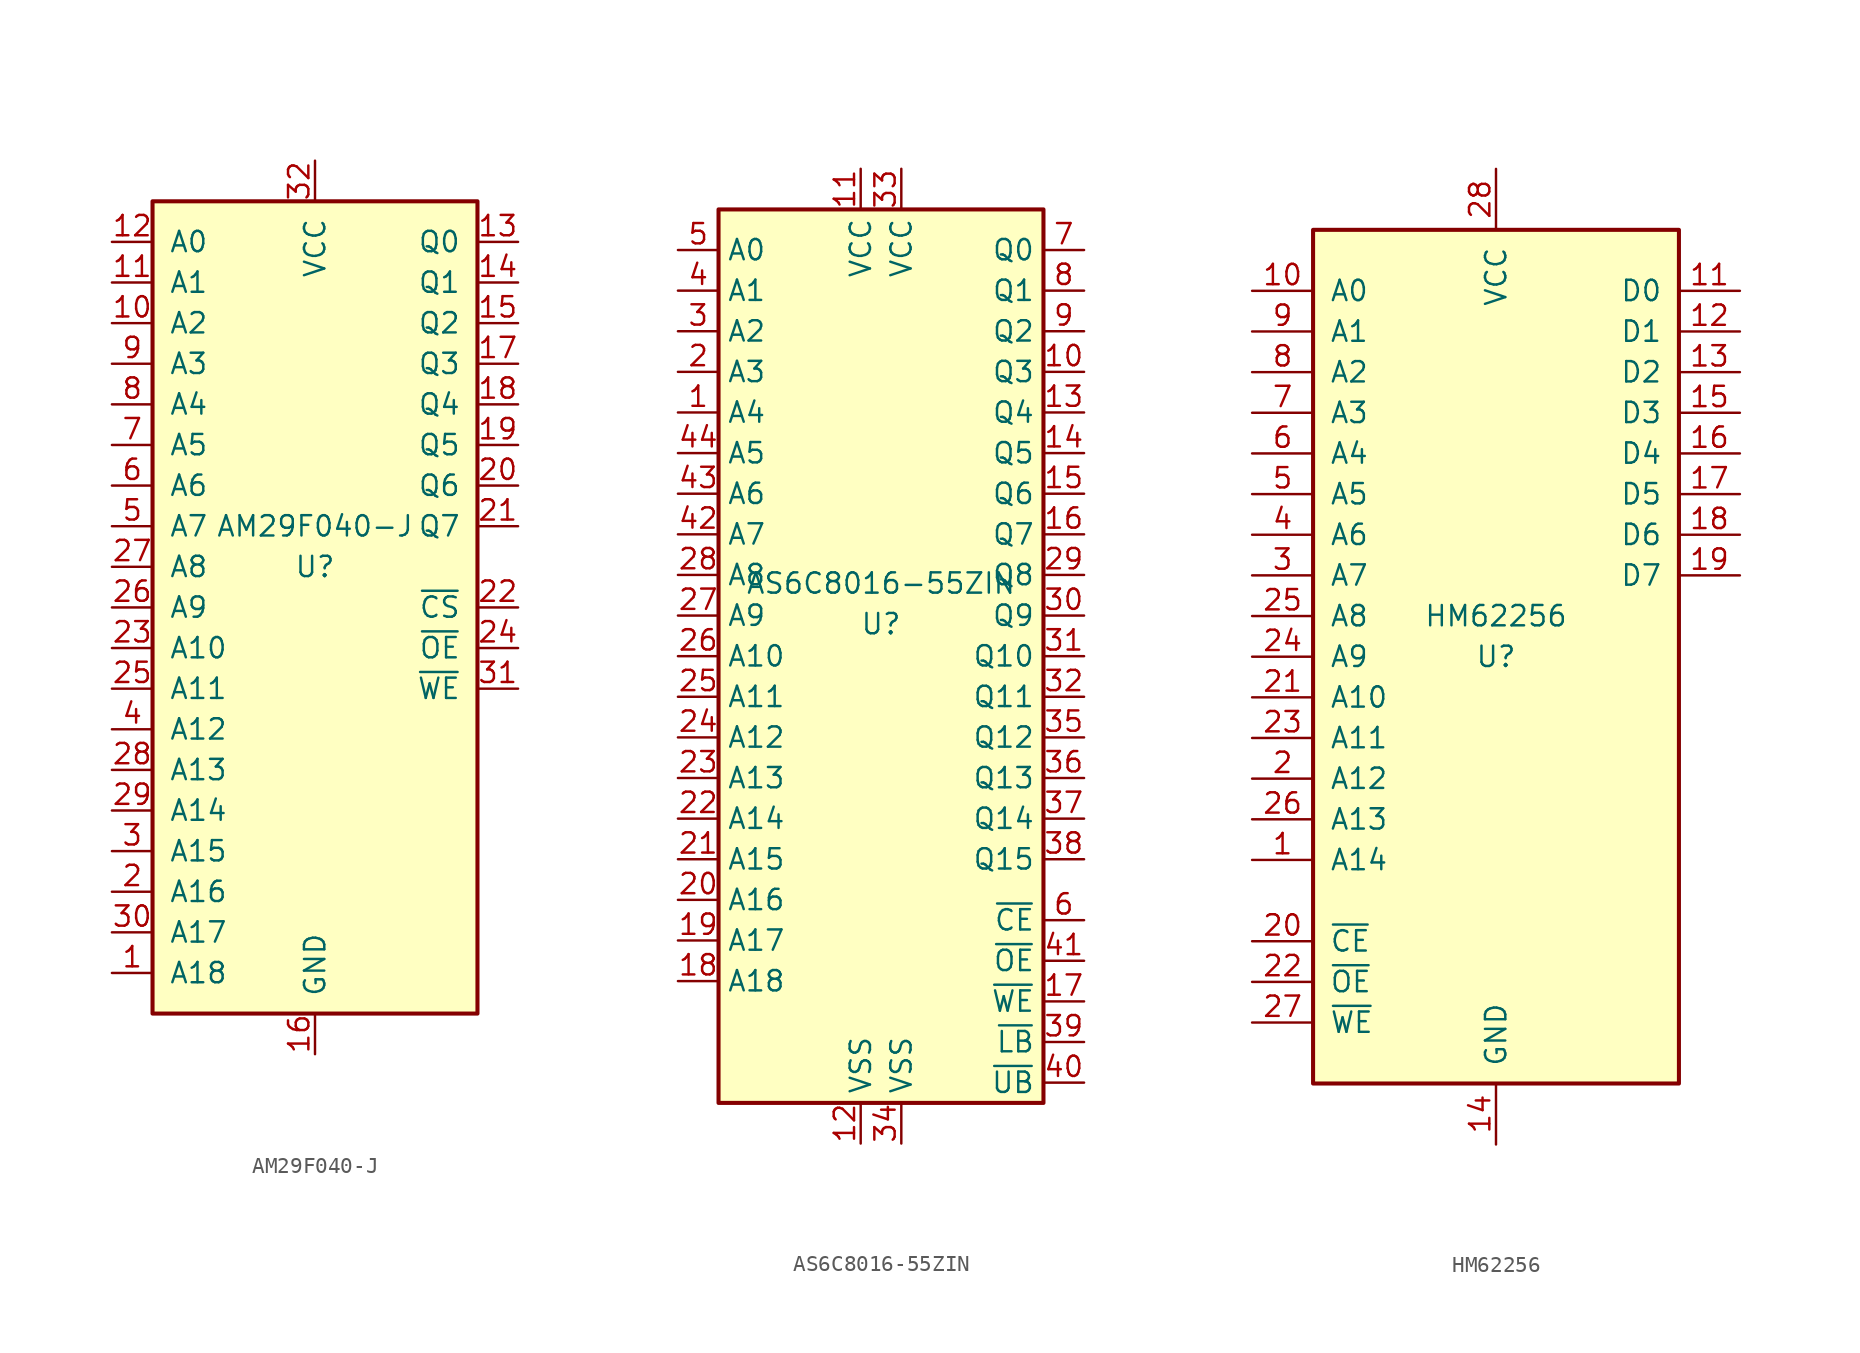
<source format=kicad_sym>
(kicad_symbol_lib
  (version 20220914)
  (generator kicad_symbol_editor)
  (symbol "AM29F040-J"
    (pin_names
      (offset 1.016))
    (property "Reference" "U"
      (at 0 0 0)
      (effects (font (size 1.27 1.27))))
    (property "Value" "AM29F040-J"
      (at 0 2.54 0)
      (effects (font (size 1.27 1.27))))
    (symbol "AM29F040-J_1_1"
      (rectangle (start -10.16 22.86) (end 10.16 -27.94) (stroke (width 0.254) (type default)) (fill (type background)))
      (pin input line (at -12.7 -25.4 0) (length 2.54) (name "A18" (effects (font (size 1.27 1.27)))) (number "1" (effects (font (size 1.27 1.27)))))
      (pin input line (at -12.7 15.24 0) (length 2.54) (name "A2" (effects (font (size 1.27 1.27)))) (number "10" (effects (font (size 1.27 1.27)))))
      (pin input line (at -12.7 17.78 0) (length 2.54) (name "A1" (effects (font (size 1.27 1.27)))) (number "11" (effects (font (size 1.27 1.27)))))
      (pin input line (at -12.7 20.32 0) (length 2.54) (name "A0" (effects (font (size 1.27 1.27)))) (number "12" (effects (font (size 1.27 1.27)))))
      (pin tri_state line (at 12.7 20.32 180) (length 2.54) (name "Q0" (effects (font (size 1.27 1.27)))) (number "13" (effects (font (size 1.27 1.27)))))
      (pin tri_state line (at 12.7 17.78 180) (length 2.54) (name "Q1" (effects (font (size 1.27 1.27)))) (number "14" (effects (font (size 1.27 1.27)))))
      (pin tri_state line (at 12.7 15.24 180) (length 2.54) (name "Q2" (effects (font (size 1.27 1.27)))) (number "15" (effects (font (size 1.27 1.27)))))
      (pin power_in line (at 0 -30.48 90) (length 2.54) (name "GND" (effects (font (size 1.27 1.27)))) (number "16" (effects (font (size 1.27 1.27)))))
      (pin tri_state line (at 12.7 12.7 180) (length 2.54) (name "Q3" (effects (font (size 1.27 1.27)))) (number "17" (effects (font (size 1.27 1.27)))))
      (pin tri_state line (at 12.7 10.16 180) (length 2.54) (name "Q4" (effects (font (size 1.27 1.27)))) (number "18" (effects (font (size 1.27 1.27)))))
      (pin tri_state line (at 12.7 7.62 180) (length 2.54) (name "Q5" (effects (font (size 1.27 1.27)))) (number "19" (effects (font (size 1.27 1.27)))))
      (pin input line (at -12.7 -20.32 0) (length 2.54) (name "A16" (effects (font (size 1.27 1.27)))) (number "2" (effects (font (size 1.27 1.27)))))
      (pin tri_state line (at 12.7 5.08 180) (length 2.54) (name "Q6" (effects (font (size 1.27 1.27)))) (number "20" (effects (font (size 1.27 1.27)))))
      (pin tri_state line (at 12.7 2.54 180) (length 2.54) (name "Q7" (effects (font (size 1.27 1.27)))) (number "21" (effects (font (size 1.27 1.27)))))
      (pin input line (at 12.7 -2.54 180) (length 2.54) (name "~{CS}" (effects (font (size 1.27 1.27)))) (number "22" (effects (font (size 1.27 1.27)))))
      (pin input line (at -12.7 -5.08 0) (length 2.54) (name "A10" (effects (font (size 1.27 1.27)))) (number "23" (effects (font (size 1.27 1.27)))))
      (pin input line (at 12.7 -5.08 180) (length 2.54) (name "~{OE}" (effects (font (size 1.27 1.27)))) (number "24" (effects (font (size 1.27 1.27)))))
      (pin input line (at -12.7 -7.62 0) (length 2.54) (name "A11" (effects (font (size 1.27 1.27)))) (number "25" (effects (font (size 1.27 1.27)))))
      (pin input line (at -12.7 -2.54 0) (length 2.54) (name "A9" (effects (font (size 1.27 1.27)))) (number "26" (effects (font (size 1.27 1.27)))))
      (pin input line (at -12.7 0 0) (length 2.54) (name "A8" (effects (font (size 1.27 1.27)))) (number "27" (effects (font (size 1.27 1.27)))))
      (pin input line (at -12.7 -12.7 0) (length 2.54) (name "A13" (effects (font (size 1.27 1.27)))) (number "28" (effects (font (size 1.27 1.27)))))
      (pin input line (at -12.7 -15.24 0) (length 2.54) (name "A14" (effects (font (size 1.27 1.27)))) (number "29" (effects (font (size 1.27 1.27)))))
      (pin input line (at -12.7 -17.78 0) (length 2.54) (name "A15" (effects (font (size 1.27 1.27)))) (number "3" (effects (font (size 1.27 1.27)))))
      (pin input line (at -12.7 -22.86 0) (length 2.54) (name "A17" (effects (font (size 1.27 1.27)))) (number "30" (effects (font (size 1.27 1.27)))))
      (pin input line (at 12.7 -7.62 180) (length 2.54) (name "~{WE}" (effects (font (size 1.27 1.27)))) (number "31" (effects (font (size 1.27 1.27)))))
      (pin power_in line (at 0 25.4 270) (length 2.54) (name "VCC" (effects (font (size 1.27 1.27)))) (number "32" (effects (font (size 1.27 1.27)))))
      (pin input line (at -12.7 -10.16 0) (length 2.54) (name "A12" (effects (font (size 1.27 1.27)))) (number "4" (effects (font (size 1.27 1.27)))))
      (pin input line (at -12.7 2.54 0) (length 2.54) (name "A7" (effects (font (size 1.27 1.27)))) (number "5" (effects (font (size 1.27 1.27)))))
      (pin input line (at -12.7 5.08 0) (length 2.54) (name "A6" (effects (font (size 1.27 1.27)))) (number "6" (effects (font (size 1.27 1.27)))))
      (pin input line (at -12.7 7.62 0) (length 2.54) (name "A5" (effects (font (size 1.27 1.27)))) (number "7" (effects (font (size 1.27 1.27)))))
      (pin input line (at -12.7 10.16 0) (length 2.54) (name "A4" (effects (font (size 1.27 1.27)))) (number "8" (effects (font (size 1.27 1.27)))))
      (pin input line (at -12.7 12.7 0) (length 2.54) (name "A3" (effects (font (size 1.27 1.27)))) (number "9" (effects (font (size 1.27 1.27)))))))
  (symbol "AS6C8016-55ZIN"
    (property "Reference" "U"
      (at 0 -1.27 0)
      (effects (font (size 1.27 1.27)) (justify bottom)))
    (property "Value" "AS6C8016-55ZIN"
      (at 0 1.27 0)
      (effects (font (size 1.27 1.27)) (justify bottom)))
    (symbol "AS6C8016-55ZIN_0_0"
      (pin power_in line (at -1.27 27.94 270) (length 2.54) (name "VCC" (effects (font (size 1.27 1.27)))) (number "11" (effects (font (size 1.27 1.27)))))
      (pin power_in line (at -1.27 -33.02 90) (length 2.54) (name "VSS" (effects (font (size 1.27 1.27)))) (number "12" (effects (font (size 1.27 1.27)))))
      (pin power_in line (at 1.27 27.94 270) (length 2.54) (name "VCC" (effects (font (size 1.27 1.27)))) (number "33" (effects (font (size 1.27 1.27)))))
      (pin power_in line (at 1.27 -33.02 90) (length 2.54) (name "VSS" (effects (font (size 1.27 1.27)))) (number "34" (effects (font (size 1.27 1.27))))))
    (symbol "AS6C8016-55ZIN_0_1"
      (rectangle (start -10.16 25.4) (end 10.16 -30.48) (stroke (width 0.254) (type default)) (fill (type background))))
    (symbol "AS6C8016-55ZIN_1_1"
      (pin input line (at -12.7 12.7 0) (length 2.54) (name "A4" (effects (font (size 1.27 1.27)))) (number "1" (effects (font (size 1.27 1.27)))))
      (pin tri_state line (at 12.7 15.24 180) (length 2.54) (name "Q3" (effects (font (size 1.27 1.27)))) (number "10" (effects (font (size 1.27 1.27)))))
      (pin tri_state line (at 12.7 12.7 180) (length 2.54) (name "Q4" (effects (font (size 1.27 1.27)))) (number "13" (effects (font (size 1.27 1.27)))))
      (pin tri_state line (at 12.7 10.16 180) (length 2.54) (name "Q5" (effects (font (size 1.27 1.27)))) (number "14" (effects (font (size 1.27 1.27)))))
      (pin tri_state line (at 12.7 7.62 180) (length 2.54) (name "Q6" (effects (font (size 1.27 1.27)))) (number "15" (effects (font (size 1.27 1.27)))))
      (pin tri_state line (at 12.7 5.08 180) (length 2.54) (name "Q7" (effects (font (size 1.27 1.27)))) (number "16" (effects (font (size 1.27 1.27)))))
      (pin input line (at 12.7 -24.13 180) (length 2.54) (name "~{WE}" (effects (font (size 1.27 1.27)))) (number "17" (effects (font (size 1.27 1.27)))))
      (pin input line (at -12.7 -22.86 0) (length 2.54) (name "A18" (effects (font (size 1.27 1.27)))) (number "18" (effects (font (size 1.27 1.27)))))
      (pin input line (at -12.7 -20.32 0) (length 2.54) (name "A17" (effects (font (size 1.27 1.27)))) (number "19" (effects (font (size 1.27 1.27)))))
      (pin input line (at -12.7 15.24 0) (length 2.54) (name "A3" (effects (font (size 1.27 1.27)))) (number "2" (effects (font (size 1.27 1.27)))))
      (pin input line (at -12.7 -17.78 0) (length 2.54) (name "A16" (effects (font (size 1.27 1.27)))) (number "20" (effects (font (size 1.27 1.27)))))
      (pin input line (at -12.7 -15.24 0) (length 2.54) (name "A15" (effects (font (size 1.27 1.27)))) (number "21" (effects (font (size 1.27 1.27)))))
      (pin input line (at -12.7 -12.7 0) (length 2.54) (name "A14" (effects (font (size 1.27 1.27)))) (number "22" (effects (font (size 1.27 1.27)))))
      (pin input line (at -12.7 -10.16 0) (length 2.54) (name "A13" (effects (font (size 1.27 1.27)))) (number "23" (effects (font (size 1.27 1.27)))))
      (pin input line (at -12.7 -7.62 0) (length 2.54) (name "A12" (effects (font (size 1.27 1.27)))) (number "24" (effects (font (size 1.27 1.27)))))
      (pin input line (at -12.7 -5.08 0) (length 2.54) (name "A11" (effects (font (size 1.27 1.27)))) (number "25" (effects (font (size 1.27 1.27)))))
      (pin input line (at -12.7 -2.54 0) (length 2.54) (name "A10" (effects (font (size 1.27 1.27)))) (number "26" (effects (font (size 1.27 1.27)))))
      (pin input line (at -12.7 0 0) (length 2.54) (name "A9" (effects (font (size 1.27 1.27)))) (number "27" (effects (font (size 1.27 1.27)))))
      (pin input line (at -12.7 2.54 0) (length 2.54) (name "A8" (effects (font (size 1.27 1.27)))) (number "28" (effects (font (size 1.27 1.27)))))
      (pin tri_state line (at 12.7 2.54 180) (length 2.54) (name "Q8" (effects (font (size 1.27 1.27)))) (number "29" (effects (font (size 1.27 1.27)))))
      (pin input line (at -12.7 17.78 0) (length 2.54) (name "A2" (effects (font (size 1.27 1.27)))) (number "3" (effects (font (size 1.27 1.27)))))
      (pin tri_state line (at 12.7 0 180) (length 2.54) (name "Q9" (effects (font (size 1.27 1.27)))) (number "30" (effects (font (size 1.27 1.27)))))
      (pin tri_state line (at 12.7 -2.54 180) (length 2.54) (name "Q10" (effects (font (size 1.27 1.27)))) (number "31" (effects (font (size 1.27 1.27)))))
      (pin tri_state line (at 12.7 -5.08 180) (length 2.54) (name "Q11" (effects (font (size 1.27 1.27)))) (number "32" (effects (font (size 1.27 1.27)))))
      (pin tri_state line (at 12.7 -7.62 180) (length 2.54) (name "Q12" (effects (font (size 1.27 1.27)))) (number "35" (effects (font (size 1.27 1.27)))))
      (pin tri_state line (at 12.7 -10.16 180) (length 2.54) (name "Q13" (effects (font (size 1.27 1.27)))) (number "36" (effects (font (size 1.27 1.27)))))
      (pin tri_state line (at 12.7 -12.7 180) (length 2.54) (name "Q14" (effects (font (size 1.27 1.27)))) (number "37" (effects (font (size 1.27 1.27)))))
      (pin tri_state line (at 12.7 -15.24 180) (length 2.54) (name "Q15" (effects (font (size 1.27 1.27)))) (number "38" (effects (font (size 1.27 1.27)))))
      (pin input line (at 12.7 -26.67 180) (length 2.54) (name "~{LB}" (effects (font (size 1.27 1.27)))) (number "39" (effects (font (size 1.27 1.27)))))
      (pin input line (at -12.7 20.32 0) (length 2.54) (name "A1" (effects (font (size 1.27 1.27)))) (number "4" (effects (font (size 1.27 1.27)))))
      (pin input line (at 12.7 -29.21 180) (length 2.54) (name "~{UB}" (effects (font (size 1.27 1.27)))) (number "40" (effects (font (size 1.27 1.27)))))
      (pin input line (at 12.7 -21.59 180) (length 2.54) (name "~{OE}" (effects (font (size 1.27 1.27)))) (number "41" (effects (font (size 1.27 1.27)))))
      (pin input line (at -12.7 5.08 0) (length 2.54) (name "A7" (effects (font (size 1.27 1.27)))) (number "42" (effects (font (size 1.27 1.27)))))
      (pin input line (at -12.7 7.62 0) (length 2.54) (name "A6" (effects (font (size 1.27 1.27)))) (number "43" (effects (font (size 1.27 1.27)))))
      (pin input line (at -12.7 10.16 0) (length 2.54) (name "A5" (effects (font (size 1.27 1.27)))) (number "44" (effects (font (size 1.27 1.27)))))
      (pin input line (at -12.7 22.86 0) (length 2.54) (name "A0" (effects (font (size 1.27 1.27)))) (number "5" (effects (font (size 1.27 1.27)))))
      (pin input line (at 12.7 -19.05 180) (length 2.54) (name "~{CE}" (effects (font (size 1.27 1.27)))) (number "6" (effects (font (size 1.27 1.27)))))
      (pin tri_state line (at 12.7 22.86 180) (length 2.54) (name "Q0" (effects (font (size 1.27 1.27)))) (number "7" (effects (font (size 1.27 1.27)))))
      (pin tri_state line (at 12.7 20.32 180) (length 2.54) (name "Q1" (effects (font (size 1.27 1.27)))) (number "8" (effects (font (size 1.27 1.27)))))
      (pin tri_state line (at 12.7 17.78 180) (length 2.54) (name "Q2" (effects (font (size 1.27 1.27)))) (number "9" (effects (font (size 1.27 1.27)))))))
  (symbol "HM62256"
    (pin_names
      (offset 1.016))
    (property "Reference" "U"
      (at 0 0 0)
      (effects (font (size 1.27 1.27))))
    (property "Value" "HM62256"
      (at 0 2.54 0)
      (effects (font (size 1.27 1.27))))
    (symbol "HM62256_1_1"
      (rectangle (start -11.43 26.67) (end 11.43 -26.67) (stroke (width 0.254) (type default)) (fill (type background)))
      (pin input line (at -15.24 -12.7 0) (length 3.81) (name "A14" (effects (font (size 1.27 1.27)))) (number "1" (effects (font (size 1.27 1.27)))))
      (pin input line (at -15.24 22.86 0) (length 3.81) (name "A0" (effects (font (size 1.27 1.27)))) (number "10" (effects (font (size 1.27 1.27)))))
      (pin tri_state line (at 15.24 22.86 180) (length 3.81) (name "D0" (effects (font (size 1.27 1.27)))) (number "11" (effects (font (size 1.27 1.27)))))
      (pin tri_state line (at 15.24 20.32 180) (length 3.81) (name "D1" (effects (font (size 1.27 1.27)))) (number "12" (effects (font (size 1.27 1.27)))))
      (pin tri_state line (at 15.24 17.78 180) (length 3.81) (name "D2" (effects (font (size 1.27 1.27)))) (number "13" (effects (font (size 1.27 1.27)))))
      (pin power_in line (at 0 -30.48 90) (length 3.81) (name "GND" (effects (font (size 1.27 1.27)))) (number "14" (effects (font (size 1.27 1.27)))))
      (pin tri_state line (at 15.24 15.24 180) (length 3.81) (name "D3" (effects (font (size 1.27 1.27)))) (number "15" (effects (font (size 1.27 1.27)))))
      (pin tri_state line (at 15.24 12.7 180) (length 3.81) (name "D4" (effects (font (size 1.27 1.27)))) (number "16" (effects (font (size 1.27 1.27)))))
      (pin tri_state line (at 15.24 10.16 180) (length 3.81) (name "D5" (effects (font (size 1.27 1.27)))) (number "17" (effects (font (size 1.27 1.27)))))
      (pin tri_state line (at 15.24 7.62 180) (length 3.81) (name "D6" (effects (font (size 1.27 1.27)))) (number "18" (effects (font (size 1.27 1.27)))))
      (pin tri_state line (at 15.24 5.08 180) (length 3.81) (name "D7" (effects (font (size 1.27 1.27)))) (number "19" (effects (font (size 1.27 1.27)))))
      (pin input line (at -15.24 -7.62 0) (length 3.81) (name "A12" (effects (font (size 1.27 1.27)))) (number "2" (effects (font (size 1.27 1.27)))))
      (pin input line (at -15.24 -17.78 0) (length 3.81) (name "~{CE}" (effects (font (size 1.27 1.27)))) (number "20" (effects (font (size 1.27 1.27)))))
      (pin input line (at -15.24 -2.54 0) (length 3.81) (name "A10" (effects (font (size 1.27 1.27)))) (number "21" (effects (font (size 1.27 1.27)))))
      (pin input line (at -15.24 -20.32 0) (length 3.81) (name "~{OE}" (effects (font (size 1.27 1.27)))) (number "22" (effects (font (size 1.27 1.27)))))
      (pin input line (at -15.24 -5.08 0) (length 3.81) (name "A11" (effects (font (size 1.27 1.27)))) (number "23" (effects (font (size 1.27 1.27)))))
      (pin input line (at -15.24 0 0) (length 3.81) (name "A9" (effects (font (size 1.27 1.27)))) (number "24" (effects (font (size 1.27 1.27)))))
      (pin input line (at -15.24 2.54 0) (length 3.81) (name "A8" (effects (font (size 1.27 1.27)))) (number "25" (effects (font (size 1.27 1.27)))))
      (pin input line (at -15.24 -10.16 0) (length 3.81) (name "A13" (effects (font (size 1.27 1.27)))) (number "26" (effects (font (size 1.27 1.27)))))
      (pin input line (at -15.24 -22.86 0) (length 3.81) (name "~{WE}" (effects (font (size 1.27 1.27)))) (number "27" (effects (font (size 1.27 1.27)))))
      (pin power_in line (at 0 30.48 270) (length 3.81) (name "VCC" (effects (font (size 1.27 1.27)))) (number "28" (effects (font (size 1.27 1.27)))))
      (pin input line (at -15.24 5.08 0) (length 3.81) (name "A7" (effects (font (size 1.27 1.27)))) (number "3" (effects (font (size 1.27 1.27)))))
      (pin input line (at -15.24 7.62 0) (length 3.81) (name "A6" (effects (font (size 1.27 1.27)))) (number "4" (effects (font (size 1.27 1.27)))))
      (pin input line (at -15.24 10.16 0) (length 3.81) (name "A5" (effects (font (size 1.27 1.27)))) (number "5" (effects (font (size 1.27 1.27)))))
      (pin input line (at -15.24 12.7 0) (length 3.81) (name "A4" (effects (font (size 1.27 1.27)))) (number "6" (effects (font (size 1.27 1.27)))))
      (pin input line (at -15.24 15.24 0) (length 3.81) (name "A3" (effects (font (size 1.27 1.27)))) (number "7" (effects (font (size 1.27 1.27)))))
      (pin input line (at -15.24 17.78 0) (length 3.81) (name "A2" (effects (font (size 1.27 1.27)))) (number "8" (effects (font (size 1.27 1.27)))))
      (pin input line (at -15.24 20.32 0) (length 3.81) (name "A1" (effects (font (size 1.27 1.27)))) (number "9" (effects (font (size 1.27 1.27))))))))
</source>
